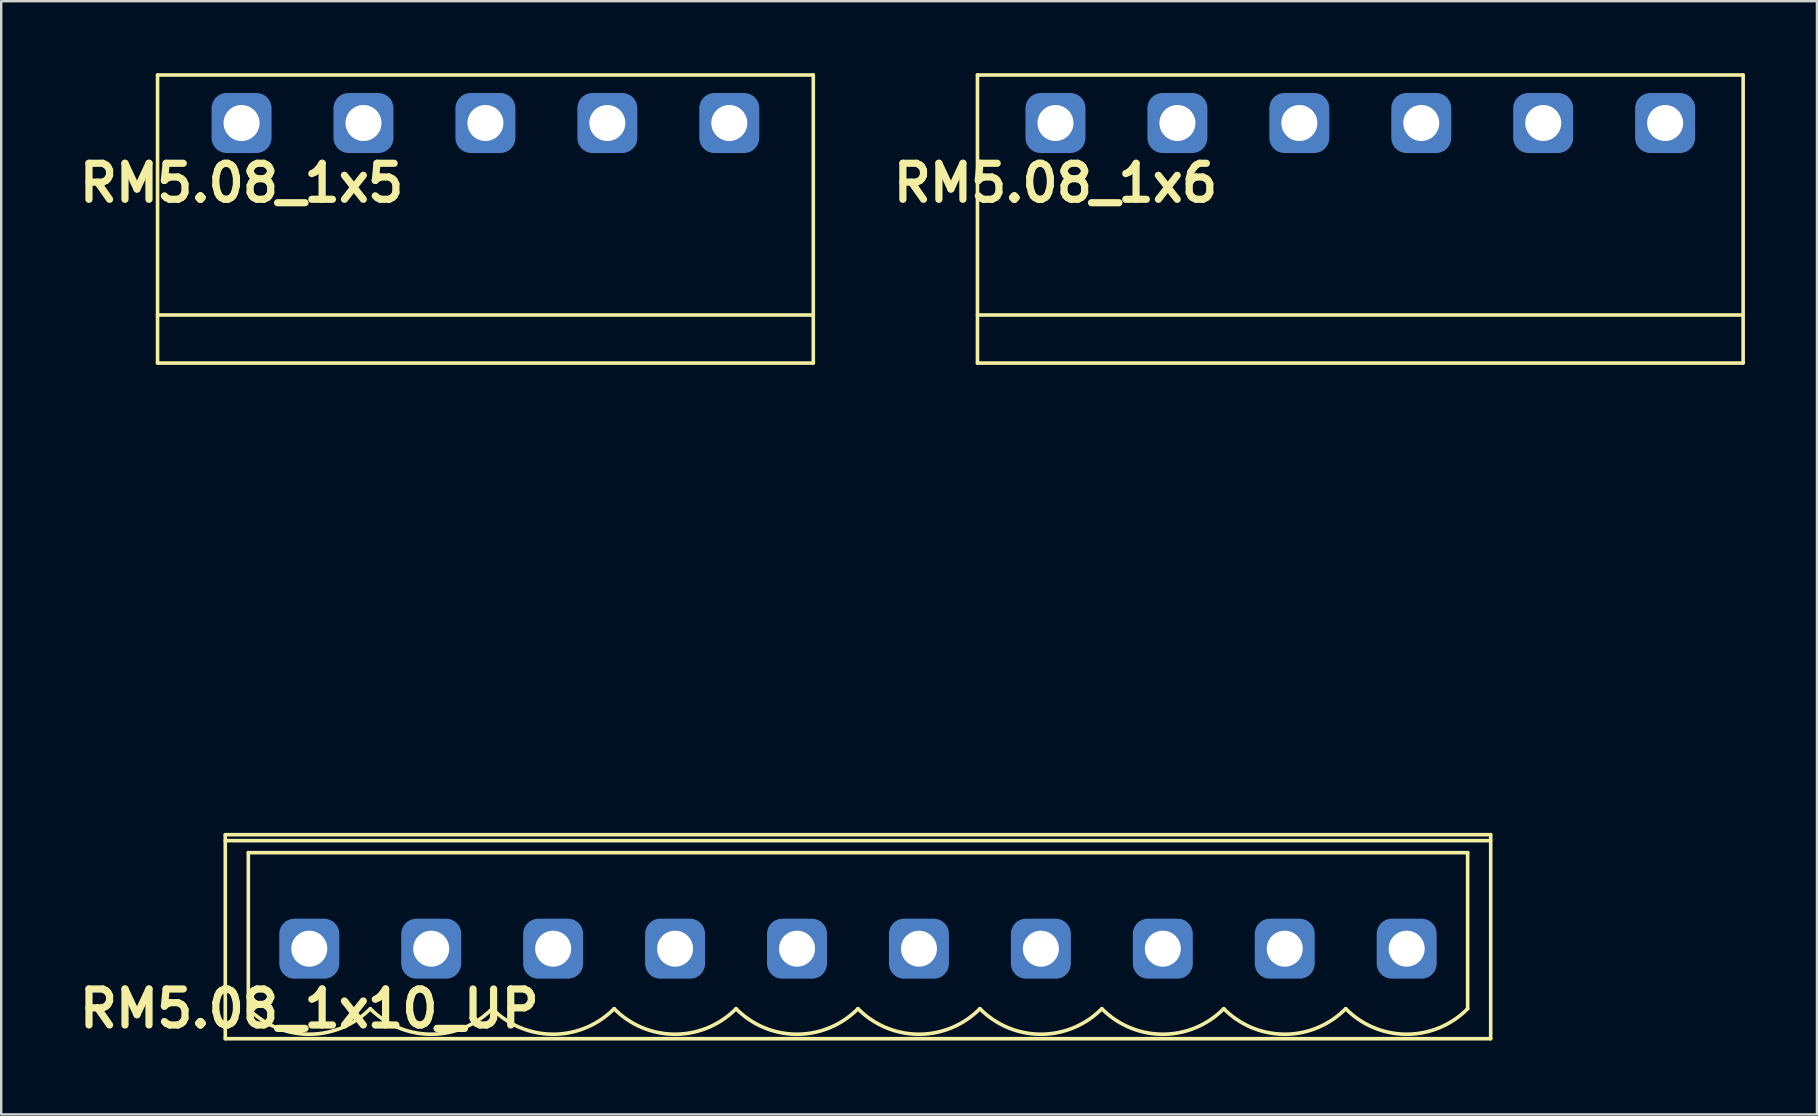
<source format=kicad_pcb>
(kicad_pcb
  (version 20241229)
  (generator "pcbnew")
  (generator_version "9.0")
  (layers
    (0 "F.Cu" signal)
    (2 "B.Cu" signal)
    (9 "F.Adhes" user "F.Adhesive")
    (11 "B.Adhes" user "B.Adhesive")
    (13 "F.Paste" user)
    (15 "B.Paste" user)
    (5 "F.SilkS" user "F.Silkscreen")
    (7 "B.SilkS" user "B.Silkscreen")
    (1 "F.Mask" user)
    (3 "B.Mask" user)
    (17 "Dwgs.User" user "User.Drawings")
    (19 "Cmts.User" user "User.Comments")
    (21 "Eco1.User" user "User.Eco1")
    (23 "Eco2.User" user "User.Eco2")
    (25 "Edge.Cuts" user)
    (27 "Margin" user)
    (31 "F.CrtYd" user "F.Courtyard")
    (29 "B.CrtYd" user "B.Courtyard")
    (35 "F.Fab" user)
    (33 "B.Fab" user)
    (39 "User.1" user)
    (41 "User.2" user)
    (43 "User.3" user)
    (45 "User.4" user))
  (footprint "RM5.08_1x10_UP"
    (layer "F.Cu")
    (at 9.836 36.475)
    (property "Reference" "RM5.08_1x10_UP" (at 0 2.5 0) (layer "F.SilkS") (effects (font (size 1.5 1.5) (thickness 0.3))))
    (attr through_hole)
    (fp_line (start -3.5 -4.75) (end -3.5 3.75) (stroke (width 0.15) (type solid)) (layer "F.SilkS"))
    (fp_line (start -3.5 -4.5) (end 49.22 -4.5) (stroke (width 0.15) (type solid)) (layer "F.SilkS"))
    (fp_line (start -3.5 3.75) (end 49.22 3.75) (stroke (width 0.15) (type solid)) (layer "F.SilkS"))
    (fp_line (start -2.54 -4) (end -2.54 2.5) (stroke (width 0.15) (type solid)) (layer "F.SilkS"))
    (fp_line (start -2.54 -4) (end 48.26 -4) (stroke (width 0.15) (type solid)) (layer "F.SilkS"))
    (fp_line (start 48.26 -4) (end 48.26 2.5) (stroke (width 0.15) (type solid)) (layer "F.SilkS"))
    (fp_line (start 49.22 -4.75) (end -3.5 -4.75) (stroke (width 0.15) (type solid)) (layer "F.SilkS"))
    (fp_line (start 49.22 3.75) (end 49.22 -4.75) (stroke (width 0.15) (type solid)) (layer "F.SilkS"))
    (fp_arc (start -0.028284 3.563818) (mid -1.389945 3.281715) (end -2.54 2.5) (stroke (width 0.15) (type solid)) (layer "F.SilkS"))
    (fp_arc (start 2.54 2.5) (mid 1.389945 3.281715) (end 0.028284 3.563818) (stroke (width 0.15) (type solid)) (layer "F.SilkS"))
    (fp_arc (start 5.051716 3.563818) (mid 3.690055 3.281715) (end 2.54 2.5) (stroke (width 0.15) (type solid)) (layer "F.SilkS"))
    (fp_arc (start 7.62 2.5) (mid 6.469945 3.281715) (end 5.108284 3.563818) (stroke (width 0.15) (type solid)) (layer "F.SilkS"))
    (fp_arc (start 10.131716 3.563818) (mid 8.770055 3.281715) (end 7.62 2.5) (stroke (width 0.15) (type solid)) (layer "F.SilkS"))
    (fp_arc (start 12.7 2.5) (mid 11.549945 3.281715) (end 10.188284 3.563818) (stroke (width 0.15) (type solid)) (layer "F.SilkS"))
    (fp_arc (start 15.211716 3.563818) (mid 13.850055 3.281715) (end 12.7 2.5) (stroke (width 0.15) (type solid)) (layer "F.SilkS"))
    (fp_arc (start 17.78 2.5) (mid 16.629945 3.281715) (end 15.268284 3.563818) (stroke (width 0.15) (type solid)) (layer "F.SilkS"))
    (fp_arc (start 20.291716 3.563818) (mid 18.930055 3.281715) (end 17.78 2.5) (stroke (width 0.15) (type solid)) (layer "F.SilkS"))
    (fp_arc (start 22.86 2.5) (mid 21.709945 3.281715) (end 20.348284 3.563818) (stroke (width 0.15) (type solid)) (layer "F.SilkS"))
    (fp_arc (start 25.371716 3.563818) (mid 24.010055 3.281715) (end 22.86 2.5) (stroke (width 0.15) (type solid)) (layer "F.SilkS"))
    (fp_arc (start 27.94 2.5) (mid 26.789945 3.281715) (end 25.428284 3.563818) (stroke (width 0.15) (type solid)) (layer "F.SilkS"))
    (fp_arc (start 30.451716 3.563818) (mid 29.090055 3.281715) (end 27.94 2.5) (stroke (width 0.15) (type solid)) (layer "F.SilkS"))
    (fp_arc (start 33.02 2.5) (mid 31.869945 3.281715) (end 30.508284 3.563818) (stroke (width 0.15) (type solid)) (layer "F.SilkS"))
    (fp_arc (start 35.531716 3.563818) (mid 34.170055 3.281715) (end 33.02 2.5) (stroke (width 0.15) (type solid)) (layer "F.SilkS"))
    (fp_arc (start 38.1 2.5) (mid 36.949945 3.281715) (end 35.588284 3.563818) (stroke (width 0.15) (type solid)) (layer "F.SilkS"))
    (fp_arc (start 40.611716 3.563818) (mid 39.250055 3.281715) (end 38.1 2.5) (stroke (width 0.15) (type solid)) (layer "F.SilkS"))
    (fp_arc (start 43.18 2.5) (mid 42.029945 3.281715) (end 40.668284 3.563818) (stroke (width 0.15) (type solid)) (layer "F.SilkS"))
    (fp_arc (start 45.691716 3.563818) (mid 44.330055 3.281715) (end 43.18 2.5) (stroke (width 0.15) (type solid)) (layer "F.SilkS"))
    (fp_arc (start 48.26 2.5) (mid 47.109945 3.281715) (end 45.748284 3.563818) (stroke (width 0.15) (type solid)) (layer "F.SilkS"))
    (fp_line (start -2.54 -11.25) (end -2.54 3.75) (stroke (width 0.15) (type solid)) (layer "Margin"))
    (fp_line (start -2.54 3.75) (end 48.26 3.75) (stroke (width 0.15) (type solid)) (layer "Margin"))
    (fp_line (start -1.25 -1.25) (end -1.25 1) (stroke (width 0.15) (type solid)) (layer "Margin"))
    (fp_line (start -1.25 1) (end 1.25 1) (stroke (width 0.15) (type solid)) (layer "Margin"))
    (fp_line (start 1.25 -1.25) (end -1.25 -1.25) (stroke (width 0.15) (type solid)) (layer "Margin"))
    (fp_line (start 1.25 1) (end 1.25 -1.25) (stroke (width 0.15) (type solid)) (layer "Margin"))
    (fp_line (start 3.83 -1.25) (end 3.83 1) (stroke (width 0.15) (type solid)) (layer "Margin"))
    (fp_line (start 3.83 1) (end 6.33 1) (stroke (width 0.15) (type solid)) (layer "Margin"))
    (fp_line (start 6.33 -1.25) (end 3.83 -1.25) (stroke (width 0.15) (type solid)) (layer "Margin"))
    (fp_line (start 6.33 1) (end 6.33 -1.25) (stroke (width 0.15) (type solid)) (layer "Margin"))
    (fp_line (start 8.91 -1.25) (end 8.91 1) (stroke (width 0.15) (type solid)) (layer "Margin"))
    (fp_line (start 8.91 1) (end 11.41 1) (stroke (width 0.15) (type solid)) (layer "Margin"))
    (fp_line (start 11.41 -1.25) (end 8.91 -1.25) (stroke (width 0.15) (type solid)) (layer "Margin"))
    (fp_line (start 11.41 1) (end 11.41 -1.25) (stroke (width 0.15) (type solid)) (layer "Margin"))
    (fp_line (start 13.99 -1.25) (end 13.99 1) (stroke (width 0.15) (type solid)) (layer "Margin"))
    (fp_line (start 13.99 1) (end 16.49 1) (stroke (width 0.15) (type solid)) (layer "Margin"))
    (fp_line (start 16.49 -1.25) (end 13.99 -1.25) (stroke (width 0.15) (type solid)) (layer "Margin"))
    (fp_line (start 16.49 1) (end 16.49 -1.25) (stroke (width 0.15) (type solid)) (layer "Margin"))
    (fp_line (start 19.07 -1.25) (end 19.07 1) (stroke (width 0.15) (type solid)) (layer "Margin"))
    (fp_line (start 19.07 1) (end 21.57 1) (stroke (width 0.15) (type solid)) (layer "Margin"))
    (fp_line (start 21.57 -1.25) (end 19.07 -1.25) (stroke (width 0.15) (type solid)) (layer "Margin"))
    (fp_line (start 21.57 1) (end 21.57 -1.25) (stroke (width 0.15) (type solid)) (layer "Margin"))
    (fp_line (start 24.15 -1.25) (end 24.15 1) (stroke (width 0.15) (type solid)) (layer "Margin"))
    (fp_line (start 24.15 1) (end 26.65 1) (stroke (width 0.15) (type solid)) (layer "Margin"))
    (fp_line (start 26.65 -1.25) (end 24.15 -1.25) (stroke (width 0.15) (type solid)) (layer "Margin"))
    (fp_line (start 26.65 1) (end 26.65 -1.25) (stroke (width 0.15) (type solid)) (layer "Margin"))
    (fp_line (start 29.23 -1.25) (end 29.23 1) (stroke (width 0.15) (type solid)) (layer "Margin"))
    (fp_line (start 29.23 1) (end 31.73 1) (stroke (width 0.15) (type solid)) (layer "Margin"))
    (fp_line (start 31.73 -1.25) (end 29.23 -1.25) (stroke (width 0.15) (type solid)) (layer "Margin"))
    (fp_line (start 31.73 1) (end 31.73 -1.25) (stroke (width 0.15) (type solid)) (layer "Margin"))
    (fp_line (start 34.31 -1.25) (end 34.31 1) (stroke (width 0.15) (type solid)) (layer "Margin"))
    (fp_line (start 34.31 1) (end 36.81 1) (stroke (width 0.15) (type solid)) (layer "Margin"))
    (fp_line (start 36.81 -1.25) (end 34.31 -1.25) (stroke (width 0.15) (type solid)) (layer "Margin"))
    (fp_line (start 36.81 1) (end 36.81 -1.25) (stroke (width 0.15) (type solid)) (layer "Margin"))
    (fp_line (start 39.39 -1.25) (end 39.39 1) (stroke (width 0.15) (type solid)) (layer "Margin"))
    (fp_line (start 39.39 1) (end 41.89 1) (stroke (width 0.15) (type solid)) (layer "Margin"))
    (fp_line (start 41.89 -1.25) (end 39.39 -1.25) (stroke (width 0.15) (type solid)) (layer "Margin"))
    (fp_line (start 41.89 1) (end 41.89 -1.25) (stroke (width 0.15) (type solid)) (layer "Margin"))
    (fp_line (start 44.47 -1.25) (end 44.47 1) (stroke (width 0.15) (type solid)) (layer "Margin"))
    (fp_line (start 44.47 1) (end 46.97 1) (stroke (width 0.15) (type solid)) (layer "Margin"))
    (fp_line (start 46.97 -1.25) (end 44.47 -1.25) (stroke (width 0.15) (type solid)) (layer "Margin"))
    (fp_line (start 46.97 1) (end 46.97 -1.25) (stroke (width 0.15) (type solid)) (layer "Margin"))
    (fp_line (start 48.26 -11.25) (end -2.54 -11.25) (stroke (width 0.15) (type solid)) (layer "Margin"))
    (fp_line (start 48.26 3.75) (end 48.26 -11.25) (stroke (width 0.15) (type solid)) (layer "Margin"))
    (pad "1" thru_hole circle (at 0 0) (size 1.8 1.8) (drill 1.5) (layers "*.Cu" "*.Mask"))
    (pad "1" smd roundrect (at 0 0) (size 2.5 2.5) (layers "B.Cu" "B.Mask") (roundrect_rratio 0.25))
    (pad "2" thru_hole circle (at 5.08 0) (size 1.8 1.8) (drill 1.5) (layers "*.Cu" "*.Mask"))
    (pad "2" smd roundrect (at 5.08 0) (size 2.5 2.5) (layers "B.Cu" "B.Mask") (roundrect_rratio 0.25))
    (pad "3" thru_hole circle (at 10.16 0) (size 1.8 1.8) (drill 1.5) (layers "*.Cu" "*.Mask"))
    (pad "3" smd roundrect (at 10.16 0) (size 2.5 2.5) (layers "B.Cu" "B.Mask") (roundrect_rratio 0.25))
    (pad "4" thru_hole circle (at 15.24 0) (size 1.8 1.8) (drill 1.5) (layers "*.Cu" "*.Mask"))
    (pad "4" smd roundrect (at 15.24 0) (size 2.5 2.5) (layers "B.Cu" "B.Mask") (roundrect_rratio 0.25))
    (pad "5" thru_hole circle (at 20.32 0) (size 1.8 1.8) (drill 1.5) (layers "*.Cu" "*.Mask"))
    (pad "5" smd roundrect (at 20.32 0) (size 2.5 2.5) (layers "B.Cu" "B.Mask") (roundrect_rratio 0.25))
    (pad "6" thru_hole circle (at 25.4 0) (size 1.8 1.8) (drill 1.5) (layers "*.Cu" "*.Mask"))
    (pad "6" smd roundrect (at 25.4 0) (size 2.5 2.5) (layers "B.Cu" "B.Mask") (roundrect_rratio 0.25))
    (pad "7" thru_hole circle (at 30.48 0) (size 1.8 1.8) (drill 1.5) (layers "*.Cu" "*.Mask"))
    (pad "7" smd roundrect (at 30.48 0) (size 2.5 2.5) (layers "B.Cu" "B.Mask") (roundrect_rratio 0.25))
    (pad "8" thru_hole circle (at 35.56 0) (size 1.8 1.8) (drill 1.5) (layers "*.Cu" "*.Mask"))
    (pad "8" smd roundrect (at 35.56 0) (size 2.5 2.5) (layers "B.Cu" "B.Mask") (roundrect_rratio 0.25))
    (pad "9" thru_hole circle (at 40.64 0) (size 1.8 1.8) (drill 1.5) (layers "*.Cu" "*.Mask"))
    (pad "9" smd roundrect (at 40.64 0) (size 2.5 2.5) (layers "B.Cu" "B.Mask") (roundrect_rratio 0.25))
    (pad "10" thru_hole circle (at 45.72 0) (size 1.8 1.8) (drill 1.5) (layers "*.Cu" "*.Mask"))
    (pad "10" smd roundrect (at 45.72 0) (size 2.5 2.5) (layers "B.Cu" "B.Mask") (roundrect_rratio 0.25)))
  (footprint "RM5.08_1x5"
    (layer "F.Cu")
    (at 7.014 2.075)
    (property "Reference" "RM5.08_1x5" (at 0 2.5 0) (layer "F.SilkS") (effects (font (size 1.5 1.5) (thickness 0.3))))
    (attr through_hole)
    (fp_line (start -3.5 -2) (end -3.5 10) (stroke (width 0.15) (type solid)) (layer "F.SilkS"))
    (fp_line (start -3.5 8) (end 23.82 8) (stroke (width 0.15) (type solid)) (layer "F.SilkS"))
    (fp_line (start -3.5 10) (end 23.82 10) (stroke (width 0.15) (type solid)) (layer "F.SilkS"))
    (fp_line (start 23.82 -2) (end -3.5 -2) (stroke (width 0.15) (type solid)) (layer "F.SilkS"))
    (fp_line (start 23.82 10) (end 23.82 -2) (stroke (width 0.15) (type solid)) (layer "F.SilkS"))
    (fp_line (start -2.54 20) (end -2.54 10) (stroke (width 0.15) (type solid)) (layer "Margin"))
    (fp_line (start -2.54 20) (end 22.86 20) (stroke (width 0.15) (type solid)) (layer "Margin"))
    (fp_line (start -1.5 14) (end 1.5 14) (stroke (width 0.15) (type solid)) (layer "Margin"))
    (fp_line (start 3.58 14) (end 6.58 14) (stroke (width 0.15) (type solid)) (layer "Margin"))
    (fp_line (start 8.66 14) (end 11.66 14) (stroke (width 0.15) (type solid)) (layer "Margin"))
    (fp_line (start 13.74 14) (end 16.74 14) (stroke (width 0.15) (type solid)) (layer "Margin"))
    (fp_line (start 18.82 14) (end 21.82 14) (stroke (width 0.15) (type solid)) (layer "Margin"))
    (fp_line (start 22.86 20) (end 22.86 10) (stroke (width 0.15) (type solid)) (layer "Margin"))
    (fp_circle (center 0 14) (end 0 12.5) (stroke (width 0.15) (type solid)) (fill no) (layer "Margin"))
    (fp_circle (center 5.08 14) (end 5.08 12.5) (stroke (width 0.15) (type solid)) (fill no) (layer "Margin"))
    (fp_circle (center 10.16 14) (end 10.16 12.5) (stroke (width 0.15) (type solid)) (fill no) (layer "Margin"))
    (fp_circle (center 15.24 14) (end 15.24 12.5) (stroke (width 0.15) (type solid)) (fill no) (layer "Margin"))
    (fp_circle (center 20.32 14) (end 20.32 12.5) (stroke (width 0.15) (type solid)) (fill no) (layer "Margin"))
    (pad "1" thru_hole circle (at 0 0) (size 1.8 1.8) (drill 1.5) (layers "*.Cu" "*.Mask"))
    (pad "1" smd roundrect (at 0 0) (size 2.5 2.5) (layers "B.Cu" "B.Mask") (roundrect_rratio 0.25))
    (pad "2" thru_hole circle (at 5.08 0) (size 1.8 1.8) (drill 1.5) (layers "*.Cu" "*.Mask"))
    (pad "2" smd roundrect (at 5.08 0) (size 2.5 2.5) (layers "B.Cu" "B.Mask") (roundrect_rratio 0.25))
    (pad "3" thru_hole circle (at 10.16 0) (size 1.8 1.8) (drill 1.5) (layers "*.Cu" "*.Mask"))
    (pad "3" smd roundrect (at 10.16 0) (size 2.5 2.5) (layers "B.Cu" "B.Mask") (roundrect_rratio 0.25))
    (pad "4" thru_hole circle (at 15.24 0) (size 1.8 1.8) (drill 1.5) (layers "*.Cu" "*.Mask"))
    (pad "4" smd roundrect (at 15.24 0) (size 2.5 2.5) (layers "B.Cu" "B.Mask") (roundrect_rratio 0.25))
    (pad "5" thru_hole circle (at 20.32 0) (size 1.8 1.8) (drill 1.5) (layers "*.Cu" "*.Mask"))
    (pad "5" smd roundrect (at 20.32 0) (size 2.5 2.5) (layers "B.Cu" "B.Mask") (roundrect_rratio 0.25)))
  (footprint "RM5.08_1x6"
    (layer "F.Cu")
    (at 40.924 2.075)
    (property "Reference" "RM5.08_1x6" (at 0 2.5 0) (layer "F.SilkS") (effects (font (size 1.5 1.5) (thickness 0.3))))
    (attr through_hole)
    (fp_line (start -3.25 -2) (end 28.65 -2) (stroke (width 0.15) (type solid)) (layer "F.SilkS"))
    (fp_line (start -3.25 8) (end 28.65 8) (stroke (width 0.15) (type solid)) (layer "F.SilkS"))
    (fp_line (start -3.25 10) (end -3.25 -2) (stroke (width 0.15) (type solid)) (layer "F.SilkS"))
    (fp_line (start -3.25 10) (end 28.65 10) (stroke (width 0.15) (type solid)) (layer "F.SilkS"))
    (fp_line (start 28.65 10) (end 28.65 -2) (stroke (width 0.15) (type solid)) (layer "F.SilkS"))
    (fp_line (start -2.54 20) (end -2.54 10) (stroke (width 0.15) (type solid)) (layer "Margin"))
    (fp_line (start -2.54 20) (end 27.94 20) (stroke (width 0.15) (type solid)) (layer "Margin"))
    (fp_line (start -1.5 14) (end 1.5 14) (stroke (width 0.15) (type solid)) (layer "Margin"))
    (fp_line (start 3.58 14) (end 6.58 14) (stroke (width 0.15) (type solid)) (layer "Margin"))
    (fp_line (start 8.66 14) (end 11.66 14) (stroke (width 0.15) (type solid)) (layer "Margin"))
    (fp_line (start 13.74 14) (end 16.74 14) (stroke (width 0.15) (type solid)) (layer "Margin"))
    (fp_line (start 18.82 14) (end 21.82 14) (stroke (width 0.15) (type solid)) (layer "Margin"))
    (fp_line (start 23.9 14) (end 26.9 14) (stroke (width 0.15) (type solid)) (layer "Margin"))
    (fp_line (start 27.94 20) (end 27.94 10) (stroke (width 0.15) (type solid)) (layer "Margin"))
    (fp_circle (center 0 14) (end 0 12.5) (stroke (width 0.15) (type solid)) (fill no) (layer "Margin"))
    (fp_circle (center 5.08 14) (end 5.08 12.5) (stroke (width 0.15) (type solid)) (fill no) (layer "Margin"))
    (fp_circle (center 10.16 14) (end 10.16 12.5) (stroke (width 0.15) (type solid)) (fill no) (layer "Margin"))
    (fp_circle (center 15.24 14) (end 15.24 12.5) (stroke (width 0.15) (type solid)) (fill no) (layer "Margin"))
    (fp_circle (center 20.32 14) (end 20.32 12.5) (stroke (width 0.15) (type solid)) (fill no) (layer "Margin"))
    (fp_circle (center 25.4 14) (end 25.4 12.5) (stroke (width 0.15) (type solid)) (fill no) (layer "Margin"))
    (pad "1" thru_hole circle (at 0 0) (size 1.8 1.8) (drill 1.5) (layers "*.Cu" "*.Mask"))
    (pad "1" smd roundrect (at 0 0) (size 2.5 2.5) (layers "B.Cu" "B.Mask") (roundrect_rratio 0.25))
    (pad "2" thru_hole circle (at 5.08 0) (size 1.8 1.8) (drill 1.5) (layers "*.Cu" "*.Mask"))
    (pad "2" smd roundrect (at 5.08 0) (size 2.5 2.5) (layers "B.Cu" "B.Mask") (roundrect_rratio 0.25))
    (pad "3" thru_hole circle (at 10.16 0) (size 1.8 1.8) (drill 1.5) (layers "*.Cu" "*.Mask"))
    (pad "3" smd roundrect (at 10.16 0) (size 2.5 2.5) (layers "B.Cu" "B.Mask") (roundrect_rratio 0.25))
    (pad "4" thru_hole circle (at 15.24 0) (size 1.8 1.8) (drill 1.5) (layers "*.Cu" "*.Mask"))
    (pad "4" smd roundrect (at 15.24 0) (size 2.5 2.5) (layers "B.Cu" "B.Mask") (roundrect_rratio 0.25))
    (pad "5" thru_hole circle (at 20.32 0) (size 1.8 1.8) (drill 1.5) (layers "*.Cu" "*.Mask"))
    (pad "5" smd roundrect (at 20.32 0) (size 2.5 2.5) (layers "B.Cu" "B.Mask") (roundrect_rratio 0.25))
    (pad "6" thru_hole circle (at 25.4 0) (size 1.8 1.8) (drill 1.5) (layers "*.Cu" "*.Mask"))
    (pad "6" smd roundrect (at 25.4 0) (size 2.5 2.5) (layers "B.Cu" "B.Mask") (roundrect_rratio 0.25)))
  (gr_rect
    (start -3 -3)
    (end 72.649 43.379)
    (stroke (width 0.1) (type default))
    (fill no)
    (layer "Edge.Cuts")))
</source>
